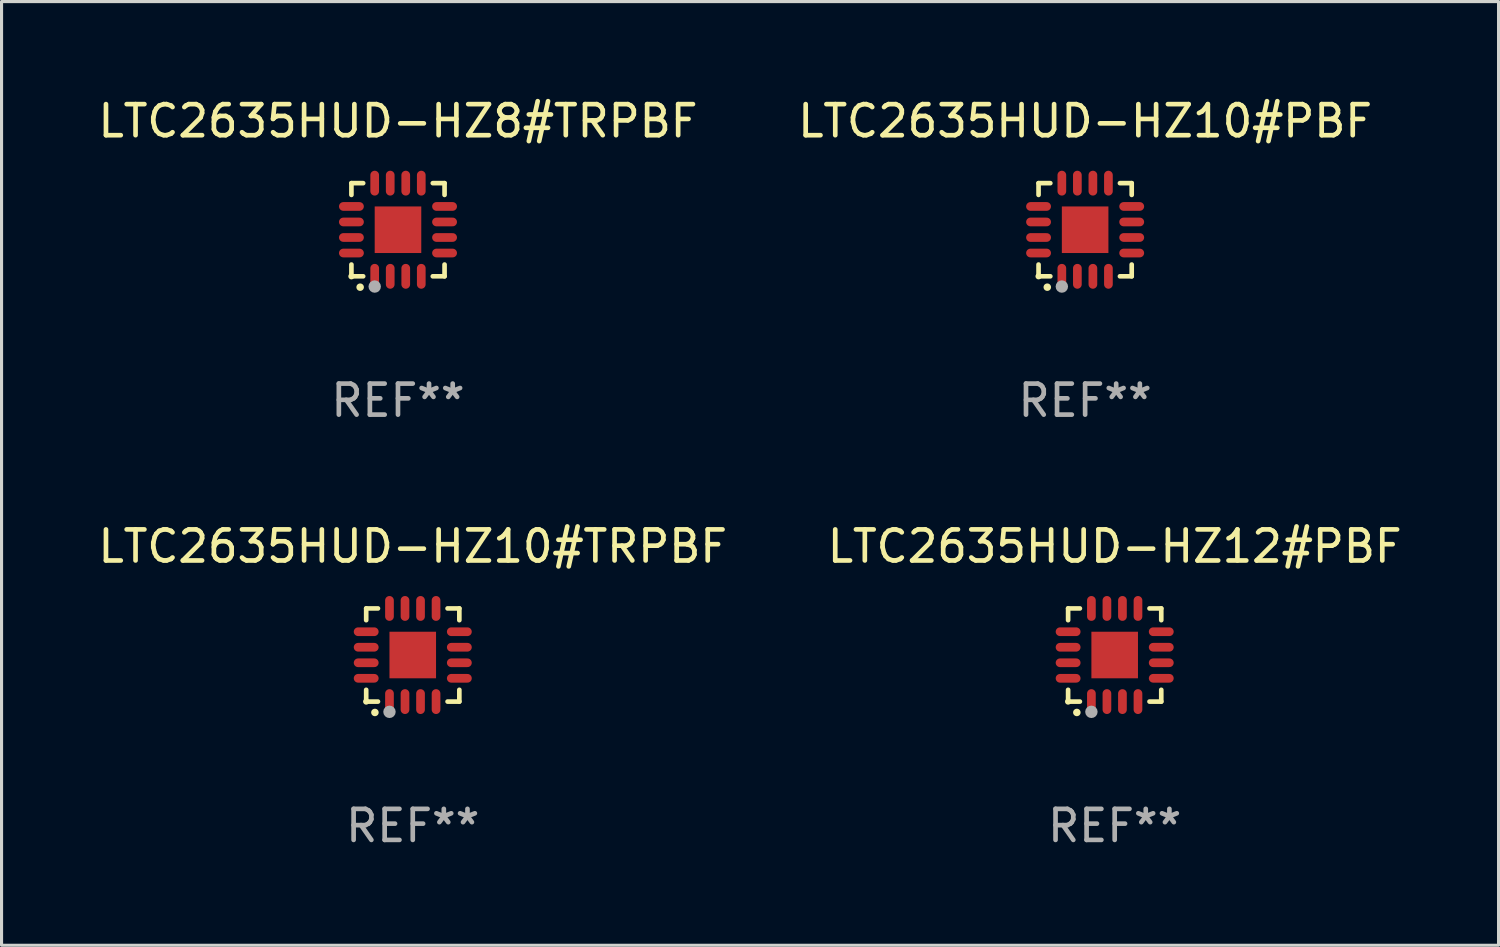
<source format=kicad_pcb>
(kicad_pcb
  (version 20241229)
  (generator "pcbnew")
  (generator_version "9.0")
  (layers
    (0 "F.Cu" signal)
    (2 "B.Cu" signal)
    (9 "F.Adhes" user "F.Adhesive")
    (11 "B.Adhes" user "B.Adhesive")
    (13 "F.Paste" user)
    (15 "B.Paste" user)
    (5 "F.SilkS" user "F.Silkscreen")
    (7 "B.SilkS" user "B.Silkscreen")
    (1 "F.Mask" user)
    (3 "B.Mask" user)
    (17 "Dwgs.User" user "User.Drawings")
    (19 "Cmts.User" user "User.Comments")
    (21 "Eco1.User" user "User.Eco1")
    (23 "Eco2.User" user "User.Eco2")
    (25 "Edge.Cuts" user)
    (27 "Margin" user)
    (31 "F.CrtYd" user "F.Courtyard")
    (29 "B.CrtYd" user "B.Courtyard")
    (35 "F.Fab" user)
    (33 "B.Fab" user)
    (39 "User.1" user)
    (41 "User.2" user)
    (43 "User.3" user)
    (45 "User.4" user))
  (footprint "LTC2635HUD-HZ12#PBF"
    (layer "F.Cu")
    (at 32.851 18.046)
    (property "Reference" "LTC2635HUD-HZ12#PBF" (at 0 -3.5 0) (layer "F.SilkS") (effects (font (size 1 1) (thickness 0.15))))
    (attr through_hole)
    (fp_line (start -1.5 -1.5) (end -1.121 -1.5) (stroke (width 0.15) (type solid)) (layer "F.SilkS"))
    (fp_line (start -1.5 -1.122) (end -1.5 -1.5) (stroke (width 0.15) (type solid)) (layer "F.SilkS"))
    (fp_line (start -1.5 1.5) (end -1.5 1.121) (stroke (width 0.15) (type solid)) (layer "F.SilkS"))
    (fp_line (start -1.121 1.5) (end -1.5 1.5) (stroke (width 0.15) (type solid)) (layer "F.SilkS"))
    (fp_line (start 1.121 -1.5) (end 1.5 -1.5) (stroke (width 0.15) (type solid)) (layer "F.SilkS"))
    (fp_line (start 1.5 -1.5) (end 1.5 -1.122) (stroke (width 0.15) (type solid)) (layer "F.SilkS"))
    (fp_line (start 1.5 1.121) (end 1.5 1.5) (stroke (width 0.15) (type solid)) (layer "F.SilkS"))
    (fp_line (start 1.5 1.5) (end 1.121 1.5) (stroke (width 0.15) (type solid)) (layer "F.SilkS"))
    (fp_arc (start -1.219926 1.850254) (mid -1.21891 1.85025) (end -1.217894 1.850254) (stroke (width 0.240005) (type solid)) (layer "F.SilkS"))
    (fp_circle (center -1.5 1.5) (end -1.45 1.5) (stroke (width 0.1) (type solid)) (fill no) (layer "F.SilkS"))
    (fp_circle (center -0.75 1.83) (end -0.65 1.83) (stroke (width 0.2) (type solid)) (fill no) (layer "F.Fab"))
    (fp_text user "REF**" (at 0 5.5 0) (layer "F.Fab") (effects (font (size 1 1) (thickness 0.15))))
    (pad "1" smd oval (at -0.75 1.5) (size 0.28 0.8) (layers "F.Cu" "F.Mask" "F.Paste"))
    (pad "2" smd oval (at -0.25 1.5) (size 0.28 0.8) (layers "F.Cu" "F.Mask" "F.Paste"))
    (pad "3" smd oval (at 0.25 1.5) (size 0.28 0.8) (layers "F.Cu" "F.Mask" "F.Paste"))
    (pad "4" smd oval (at 0.75 1.5) (size 0.28 0.8) (layers "F.Cu" "F.Mask" "F.Paste"))
    (pad "5" smd oval (at 1.5 0.75) (size 0.8 0.28) (layers "F.Cu" "F.Mask" "F.Paste"))
    (pad "6" smd oval (at 1.5 0.25) (size 0.8 0.28) (layers "F.Cu" "F.Mask" "F.Paste"))
    (pad "7" smd oval (at 1.5 -0.25) (size 0.8 0.28) (layers "F.Cu" "F.Mask" "F.Paste"))
    (pad "8" smd oval (at 1.5 -0.75) (size 0.8 0.28) (layers "F.Cu" "F.Mask" "F.Paste"))
    (pad "9" smd oval (at 0.75 -1.5) (size 0.28 0.8) (layers "F.Cu" "F.Mask" "F.Paste"))
    (pad "10" smd oval (at 0.25 -1.5) (size 0.28 0.8) (layers "F.Cu" "F.Mask" "F.Paste"))
    (pad "11" smd oval (at -0.25 -1.5) (size 0.28 0.8) (layers "F.Cu" "F.Mask" "F.Paste"))
    (pad "12" smd oval (at -0.75 -1.5) (size 0.28 0.8) (layers "F.Cu" "F.Mask" "F.Paste"))
    (pad "13" smd oval (at -1.5 -0.75) (size 0.8 0.28) (layers "F.Cu" "F.Mask" "F.Paste"))
    (pad "14" smd oval (at -1.5 -0.25) (size 0.8 0.28) (layers "F.Cu" "F.Mask" "F.Paste"))
    (pad "15" smd oval (at -1.5 0.25) (size 0.8 0.28) (layers "F.Cu" "F.Mask" "F.Paste"))
    (pad "16" smd oval (at -1.5 0.75) (size 0.8 0.28) (layers "F.Cu" "F.Mask" "F.Paste"))
    (pad "17" smd rect (at -0.000064 0.000165) (size 1.5 1.5) (layers "F.Cu" "F.Mask" "F.Paste")))
  (footprint "LTC2635HUD-HZ10#PBF"
    (layer "F.Cu")
    (at 31.899 4.349)
    (property "Reference" "LTC2635HUD-HZ10#PBF" (at 0 -3.5 0) (layer "F.SilkS") (effects (font (size 1 1) (thickness 0.15))))
    (attr through_hole)
    (fp_line (start -1.5 -1.5) (end -1.121 -1.5) (stroke (width 0.15) (type solid)) (layer "F.SilkS"))
    (fp_line (start -1.5 -1.122) (end -1.5 -1.5) (stroke (width 0.15) (type solid)) (layer "F.SilkS"))
    (fp_line (start -1.5 1.5) (end -1.5 1.121) (stroke (width 0.15) (type solid)) (layer "F.SilkS"))
    (fp_line (start -1.121 1.5) (end -1.5 1.5) (stroke (width 0.15) (type solid)) (layer "F.SilkS"))
    (fp_line (start 1.121 -1.5) (end 1.5 -1.5) (stroke (width 0.15) (type solid)) (layer "F.SilkS"))
    (fp_line (start 1.5 -1.5) (end 1.5 -1.122) (stroke (width 0.15) (type solid)) (layer "F.SilkS"))
    (fp_line (start 1.5 1.121) (end 1.5 1.5) (stroke (width 0.15) (type solid)) (layer "F.SilkS"))
    (fp_line (start 1.5 1.5) (end 1.121 1.5) (stroke (width 0.15) (type solid)) (layer "F.SilkS"))
    (fp_arc (start -1.219926 1.850254) (mid -1.21891 1.85025) (end -1.217894 1.850254) (stroke (width 0.240005) (type solid)) (layer "F.SilkS"))
    (fp_circle (center -1.5 1.5) (end -1.45 1.5) (stroke (width 0.1) (type solid)) (fill no) (layer "F.SilkS"))
    (fp_circle (center -0.75 1.83) (end -0.65 1.83) (stroke (width 0.2) (type solid)) (fill no) (layer "F.Fab"))
    (fp_text user "REF**" (at 0 5.5 0) (layer "F.Fab") (effects (font (size 1 1) (thickness 0.15))))
    (pad "1" smd oval (at -0.75 1.5) (size 0.28 0.8) (layers "F.Cu" "F.Mask" "F.Paste"))
    (pad "2" smd oval (at -0.25 1.5) (size 0.28 0.8) (layers "F.Cu" "F.Mask" "F.Paste"))
    (pad "3" smd oval (at 0.25 1.5) (size 0.28 0.8) (layers "F.Cu" "F.Mask" "F.Paste"))
    (pad "4" smd oval (at 0.75 1.5) (size 0.28 0.8) (layers "F.Cu" "F.Mask" "F.Paste"))
    (pad "5" smd oval (at 1.5 0.75) (size 0.8 0.28) (layers "F.Cu" "F.Mask" "F.Paste"))
    (pad "6" smd oval (at 1.5 0.25) (size 0.8 0.28) (layers "F.Cu" "F.Mask" "F.Paste"))
    (pad "7" smd oval (at 1.5 -0.25) (size 0.8 0.28) (layers "F.Cu" "F.Mask" "F.Paste"))
    (pad "8" smd oval (at 1.5 -0.75) (size 0.8 0.28) (layers "F.Cu" "F.Mask" "F.Paste"))
    (pad "9" smd oval (at 0.75 -1.5) (size 0.28 0.8) (layers "F.Cu" "F.Mask" "F.Paste"))
    (pad "10" smd oval (at 0.25 -1.5) (size 0.28 0.8) (layers "F.Cu" "F.Mask" "F.Paste"))
    (pad "11" smd oval (at -0.25 -1.5) (size 0.28 0.8) (layers "F.Cu" "F.Mask" "F.Paste"))
    (pad "12" smd oval (at -0.75 -1.5) (size 0.28 0.8) (layers "F.Cu" "F.Mask" "F.Paste"))
    (pad "13" smd oval (at -1.5 -0.75) (size 0.8 0.28) (layers "F.Cu" "F.Mask" "F.Paste"))
    (pad "14" smd oval (at -1.5 -0.25) (size 0.8 0.28) (layers "F.Cu" "F.Mask" "F.Paste"))
    (pad "15" smd oval (at -1.5 0.25) (size 0.8 0.28) (layers "F.Cu" "F.Mask" "F.Paste"))
    (pad "16" smd oval (at -1.5 0.75) (size 0.8 0.28) (layers "F.Cu" "F.Mask" "F.Paste"))
    (pad "17" smd rect (at -0.000064 0.000165) (size 1.5 1.5) (layers "F.Cu" "F.Mask" "F.Paste")))
  (footprint "LTC2635HUD-HZ8#TRPBF"
    (layer "F.Cu")
    (at 9.768 4.349)
    (property "Reference" "LTC2635HUD-HZ8#TRPBF" (at 0 -3.5 0) (layer "F.SilkS") (effects (font (size 1 1) (thickness 0.15))))
    (attr through_hole)
    (fp_line (start -1.5 -1.5) (end -1.121 -1.5) (stroke (width 0.15) (type solid)) (layer "F.SilkS"))
    (fp_line (start -1.5 -1.122) (end -1.5 -1.5) (stroke (width 0.15) (type solid)) (layer "F.SilkS"))
    (fp_line (start -1.5 1.5) (end -1.5 1.121) (stroke (width 0.15) (type solid)) (layer "F.SilkS"))
    (fp_line (start -1.121 1.5) (end -1.5 1.5) (stroke (width 0.15) (type solid)) (layer "F.SilkS"))
    (fp_line (start 1.121 -1.5) (end 1.5 -1.5) (stroke (width 0.15) (type solid)) (layer "F.SilkS"))
    (fp_line (start 1.5 -1.5) (end 1.5 -1.122) (stroke (width 0.15) (type solid)) (layer "F.SilkS"))
    (fp_line (start 1.5 1.121) (end 1.5 1.5) (stroke (width 0.15) (type solid)) (layer "F.SilkS"))
    (fp_line (start 1.5 1.5) (end 1.121 1.5) (stroke (width 0.15) (type solid)) (layer "F.SilkS"))
    (fp_arc (start -1.219926 1.850254) (mid -1.21891 1.85025) (end -1.217894 1.850254) (stroke (width 0.240005) (type solid)) (layer "F.SilkS"))
    (fp_circle (center -1.5 1.5) (end -1.45 1.5) (stroke (width 0.1) (type solid)) (fill no) (layer "F.SilkS"))
    (fp_circle (center -0.75 1.83) (end -0.65 1.83) (stroke (width 0.2) (type solid)) (fill no) (layer "F.Fab"))
    (fp_text user "REF**" (at 0 5.5 0) (layer "F.Fab") (effects (font (size 1 1) (thickness 0.15))))
    (pad "1" smd oval (at -0.75 1.5) (size 0.28 0.8) (layers "F.Cu" "F.Mask" "F.Paste"))
    (pad "2" smd oval (at -0.25 1.5) (size 0.28 0.8) (layers "F.Cu" "F.Mask" "F.Paste"))
    (pad "3" smd oval (at 0.25 1.5) (size 0.28 0.8) (layers "F.Cu" "F.Mask" "F.Paste"))
    (pad "4" smd oval (at 0.75 1.5) (size 0.28 0.8) (layers "F.Cu" "F.Mask" "F.Paste"))
    (pad "5" smd oval (at 1.5 0.75) (size 0.8 0.28) (layers "F.Cu" "F.Mask" "F.Paste"))
    (pad "6" smd oval (at 1.5 0.25) (size 0.8 0.28) (layers "F.Cu" "F.Mask" "F.Paste"))
    (pad "7" smd oval (at 1.5 -0.25) (size 0.8 0.28) (layers "F.Cu" "F.Mask" "F.Paste"))
    (pad "8" smd oval (at 1.5 -0.75) (size 0.8 0.28) (layers "F.Cu" "F.Mask" "F.Paste"))
    (pad "9" smd oval (at 0.75 -1.5) (size 0.28 0.8) (layers "F.Cu" "F.Mask" "F.Paste"))
    (pad "10" smd oval (at 0.25 -1.5) (size 0.28 0.8) (layers "F.Cu" "F.Mask" "F.Paste"))
    (pad "11" smd oval (at -0.25 -1.5) (size 0.28 0.8) (layers "F.Cu" "F.Mask" "F.Paste"))
    (pad "12" smd oval (at -0.75 -1.5) (size 0.28 0.8) (layers "F.Cu" "F.Mask" "F.Paste"))
    (pad "13" smd oval (at -1.5 -0.75) (size 0.8 0.28) (layers "F.Cu" "F.Mask" "F.Paste"))
    (pad "14" smd oval (at -1.5 -0.25) (size 0.8 0.28) (layers "F.Cu" "F.Mask" "F.Paste"))
    (pad "15" smd oval (at -1.5 0.25) (size 0.8 0.28) (layers "F.Cu" "F.Mask" "F.Paste"))
    (pad "16" smd oval (at -1.5 0.75) (size 0.8 0.28) (layers "F.Cu" "F.Mask" "F.Paste"))
    (pad "17" smd rect (at -0.000064 0.000165) (size 1.5 1.5) (layers "F.Cu" "F.Mask" "F.Paste")))
  (footprint "LTC2635HUD-HZ10#TRPBF"
    (layer "F.Cu")
    (at 10.244 18.046)
    (property "Reference" "LTC2635HUD-HZ10#TRPBF" (at 0 -3.5 0) (layer "F.SilkS") (effects (font (size 1 1) (thickness 0.15))))
    (attr through_hole)
    (fp_line (start -1.5 -1.5) (end -1.121 -1.5) (stroke (width 0.15) (type solid)) (layer "F.SilkS"))
    (fp_line (start -1.5 -1.122) (end -1.5 -1.5) (stroke (width 0.15) (type solid)) (layer "F.SilkS"))
    (fp_line (start -1.5 1.5) (end -1.5 1.121) (stroke (width 0.15) (type solid)) (layer "F.SilkS"))
    (fp_line (start -1.121 1.5) (end -1.5 1.5) (stroke (width 0.15) (type solid)) (layer "F.SilkS"))
    (fp_line (start 1.121 -1.5) (end 1.5 -1.5) (stroke (width 0.15) (type solid)) (layer "F.SilkS"))
    (fp_line (start 1.5 -1.5) (end 1.5 -1.122) (stroke (width 0.15) (type solid)) (layer "F.SilkS"))
    (fp_line (start 1.5 1.121) (end 1.5 1.5) (stroke (width 0.15) (type solid)) (layer "F.SilkS"))
    (fp_line (start 1.5 1.5) (end 1.121 1.5) (stroke (width 0.15) (type solid)) (layer "F.SilkS"))
    (fp_arc (start -1.219926 1.850254) (mid -1.21891 1.85025) (end -1.217894 1.850254) (stroke (width 0.240005) (type solid)) (layer "F.SilkS"))
    (fp_circle (center -1.5 1.5) (end -1.45 1.5) (stroke (width 0.1) (type solid)) (fill no) (layer "F.SilkS"))
    (fp_circle (center -0.75 1.83) (end -0.65 1.83) (stroke (width 0.2) (type solid)) (fill no) (layer "F.Fab"))
    (fp_text user "REF**" (at 0 5.5 0) (layer "F.Fab") (effects (font (size 1 1) (thickness 0.15))))
    (pad "1" smd oval (at -0.75 1.5) (size 0.28 0.8) (layers "F.Cu" "F.Mask" "F.Paste"))
    (pad "2" smd oval (at -0.25 1.5) (size 0.28 0.8) (layers "F.Cu" "F.Mask" "F.Paste"))
    (pad "3" smd oval (at 0.25 1.5) (size 0.28 0.8) (layers "F.Cu" "F.Mask" "F.Paste"))
    (pad "4" smd oval (at 0.75 1.5) (size 0.28 0.8) (layers "F.Cu" "F.Mask" "F.Paste"))
    (pad "5" smd oval (at 1.5 0.75) (size 0.8 0.28) (layers "F.Cu" "F.Mask" "F.Paste"))
    (pad "6" smd oval (at 1.5 0.25) (size 0.8 0.28) (layers "F.Cu" "F.Mask" "F.Paste"))
    (pad "7" smd oval (at 1.5 -0.25) (size 0.8 0.28) (layers "F.Cu" "F.Mask" "F.Paste"))
    (pad "8" smd oval (at 1.5 -0.75) (size 0.8 0.28) (layers "F.Cu" "F.Mask" "F.Paste"))
    (pad "9" smd oval (at 0.75 -1.5) (size 0.28 0.8) (layers "F.Cu" "F.Mask" "F.Paste"))
    (pad "10" smd oval (at 0.25 -1.5) (size 0.28 0.8) (layers "F.Cu" "F.Mask" "F.Paste"))
    (pad "11" smd oval (at -0.25 -1.5) (size 0.28 0.8) (layers "F.Cu" "F.Mask" "F.Paste"))
    (pad "12" smd oval (at -0.75 -1.5) (size 0.28 0.8) (layers "F.Cu" "F.Mask" "F.Paste"))
    (pad "13" smd oval (at -1.5 -0.75) (size 0.8 0.28) (layers "F.Cu" "F.Mask" "F.Paste"))
    (pad "14" smd oval (at -1.5 -0.25) (size 0.8 0.28) (layers "F.Cu" "F.Mask" "F.Paste"))
    (pad "15" smd oval (at -1.5 0.25) (size 0.8 0.28) (layers "F.Cu" "F.Mask" "F.Paste"))
    (pad "16" smd oval (at -1.5 0.75) (size 0.8 0.28) (layers "F.Cu" "F.Mask" "F.Paste"))
    (pad "17" smd rect (at -0.000064 0.000165) (size 1.5 1.5) (layers "F.Cu" "F.Mask" "F.Paste")))
  (gr_rect
    (start -3 -3)
    (end 45.214 27.394)
    (stroke (width 0.1) (type default))
    (fill no)
    (layer "Edge.Cuts")))
</source>
